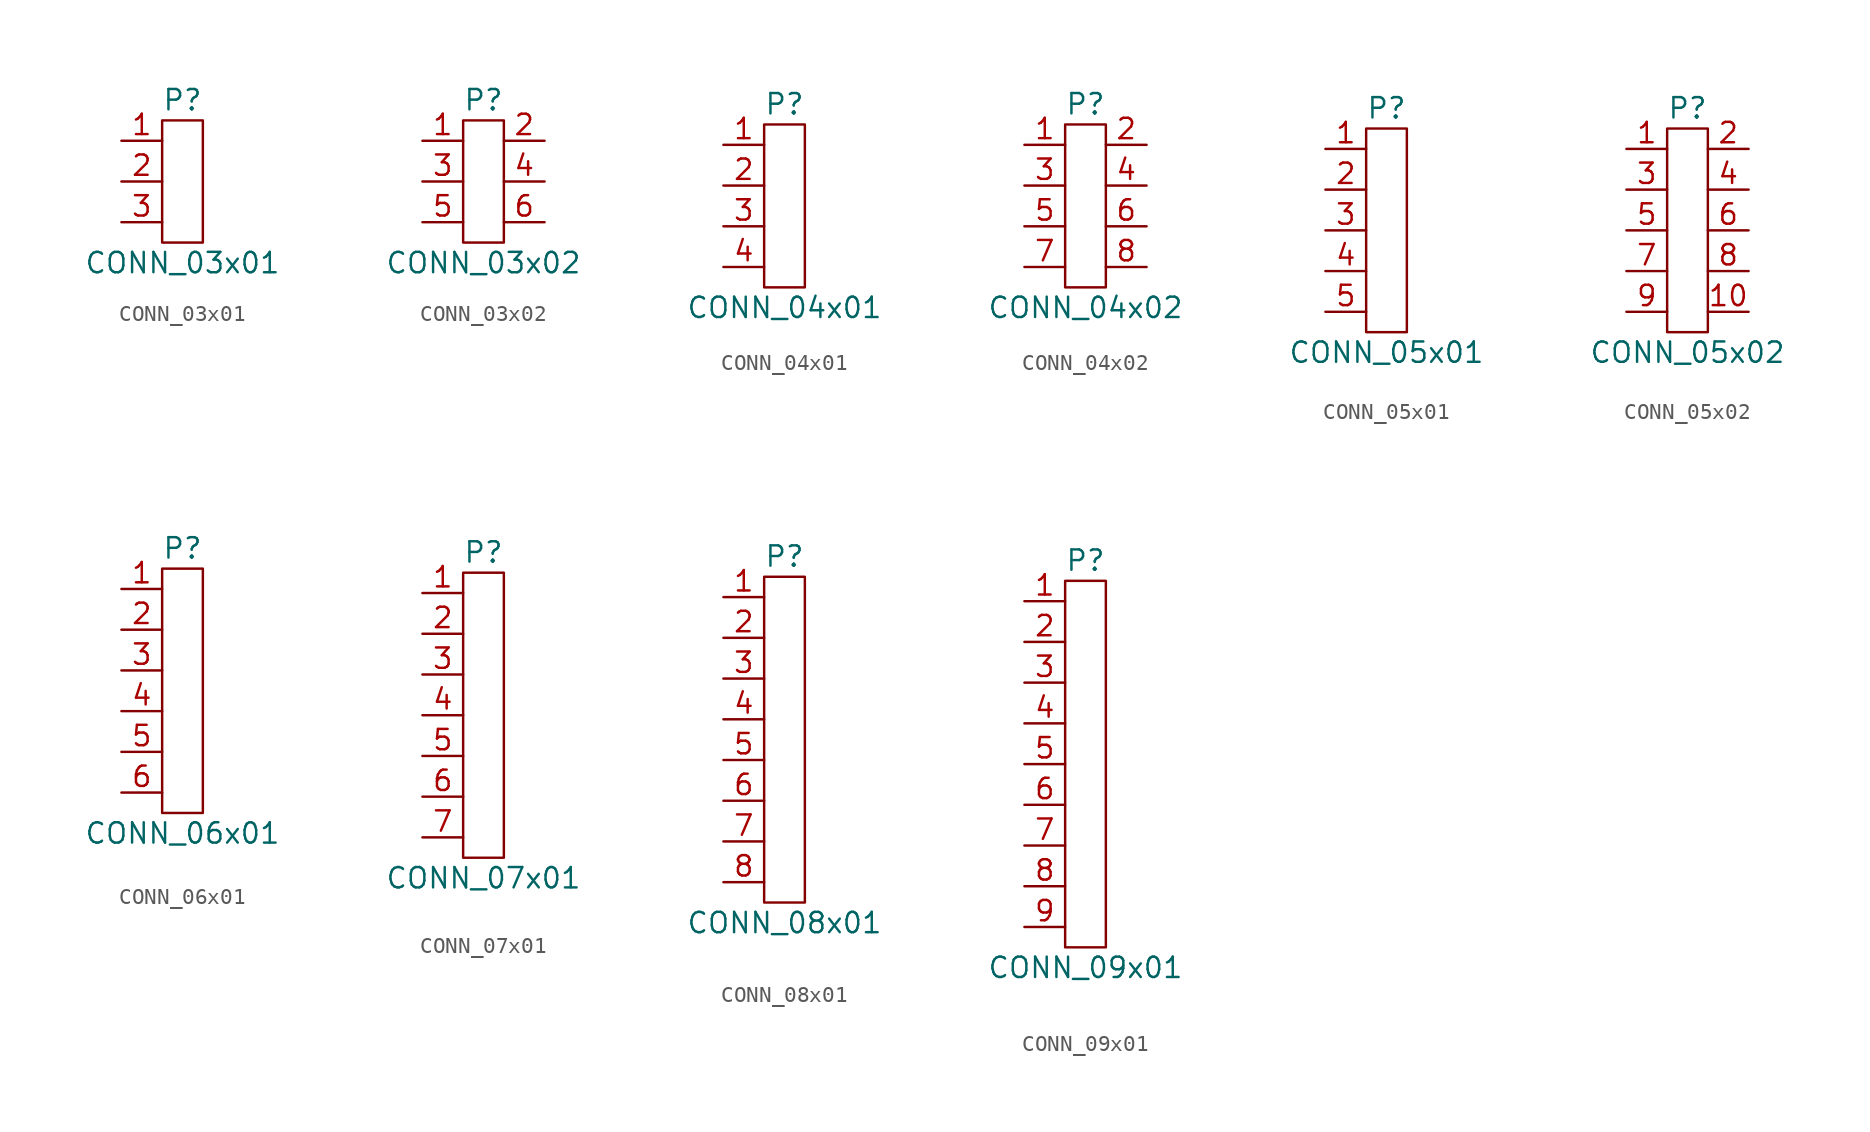
<source format=kicad_sym>
(kicad_symbol_lib
  (version 20220914)
  (generator kicad_symbol_editor)
  (symbol "CONN_03x01"
    (pin_names
      (offset 1.016))
    (property "Reference" "P"
      (at 0 5.08 0)
      (effects (font (size 1.27 1.27))))
    (property "Value" "CONN_03x01"
      (at 0 -5.08 0)
      (effects (font (size 1.27 1.27))))
    (symbol "CONN_03x01_0_1"
      (rectangle (start -1.27 3.81) (end 1.27 -3.81) (stroke (width 0) (type default)) (fill (type none))))
    (symbol "CONN_03x01_1_1"
      (pin unspecified line (at -3.81 2.54 0) (length 2.54) (name "~" (effects (font (size 1.27 1.27)))) (number "1" (effects (font (size 1.27 1.27)))))
      (pin unspecified line (at -3.81 0 0) (length 2.54) (name "~" (effects (font (size 1.27 1.27)))) (number "2" (effects (font (size 1.27 1.27)))))
      (pin unspecified line (at -3.81 -2.54 0) (length 2.54) (name "~" (effects (font (size 1.27 1.27)))) (number "3" (effects (font (size 1.27 1.27)))))))
  (symbol "CONN_03x02"
    (pin_names
      (offset 0.025) hide)
    (property "Reference" "P"
      (at 0 5.08 0)
      (effects (font (size 1.27 1.27))))
    (property "Value" "CONN_03x02"
      (at 0 -5.08 0)
      (effects (font (size 1.27 1.27))))
    (symbol "CONN_03x02_0_1"
      (rectangle (start -1.27 3.81) (end 1.27 -3.81) (stroke (width 0) (type default)) (fill (type none))))
    (symbol "CONN_03x02_1_1"
      (pin passive line (at -3.81 2.54 0) (length 2.54) (name "P1" (effects (font (size 1.27 1.27)))) (number "1" (effects (font (size 1.27 1.27)))))
      (pin passive line (at 3.81 2.54 180) (length 2.54) (name "P2" (effects (font (size 1.27 1.27)))) (number "2" (effects (font (size 1.27 1.27)))))
      (pin passive line (at -3.81 0 0) (length 2.54) (name "P3" (effects (font (size 1.27 1.27)))) (number "3" (effects (font (size 1.27 1.27)))))
      (pin passive line (at 3.81 0 180) (length 2.54) (name "P4" (effects (font (size 1.27 1.27)))) (number "4" (effects (font (size 1.27 1.27)))))
      (pin passive line (at -3.81 -2.54 0) (length 2.54) (name "P5" (effects (font (size 1.27 1.27)))) (number "5" (effects (font (size 1.27 1.27)))))
      (pin passive line (at 3.81 -2.54 180) (length 2.54) (name "P6" (effects (font (size 1.27 1.27)))) (number "6" (effects (font (size 1.27 1.27)))))))
  (symbol "CONN_04x01"
    (pin_names
      (offset 1.016))
    (property "Reference" "P"
      (at 0 6.35 0)
      (effects (font (size 1.27 1.27))))
    (property "Value" "CONN_04x01"
      (at 0 -6.35 0)
      (effects (font (size 1.27 1.27))))
    (symbol "CONN_04x01_0_1"
      (rectangle (start -1.27 5.08) (end 1.27 -5.08) (stroke (width 0) (type default)) (fill (type none))))
    (symbol "CONN_04x01_1_1"
      (pin unspecified line (at -3.81 3.81 0) (length 2.54) (name "~" (effects (font (size 1.27 1.27)))) (number "1" (effects (font (size 1.27 1.27)))))
      (pin unspecified line (at -3.81 1.27 0) (length 2.54) (name "~" (effects (font (size 1.27 1.27)))) (number "2" (effects (font (size 1.27 1.27)))))
      (pin unspecified line (at -3.81 -1.27 0) (length 2.54) (name "~" (effects (font (size 1.27 1.27)))) (number "3" (effects (font (size 1.27 1.27)))))
      (pin unspecified line (at -3.81 -3.81 0) (length 2.54) (name "~" (effects (font (size 1.27 1.27)))) (number "4" (effects (font (size 1.27 1.27)))))))
  (symbol "CONN_04x02"
    (pin_names
      (offset 0.002) hide)
    (property "Reference" "P"
      (at 0 6.35 0)
      (effects (font (size 1.27 1.27))))
    (property "Value" "CONN_04x02"
      (at 0 -6.35 0)
      (effects (font (size 1.27 1.27))))
    (symbol "CONN_04x02_0_1"
      (rectangle (start -1.27 5.08) (end 1.27 -5.08) (stroke (width 0) (type default)) (fill (type none))))
    (symbol "CONN_04x02_1_1"
      (pin passive line (at -3.81 3.81 0) (length 2.54) (name "P1" (effects (font (size 1.27 1.27)))) (number "1" (effects (font (size 1.27 1.27)))))
      (pin passive line (at 3.81 3.81 180) (length 2.54) (name "P2" (effects (font (size 1.27 1.27)))) (number "2" (effects (font (size 1.27 1.27)))))
      (pin passive line (at -3.81 1.27 0) (length 2.54) (name "P3" (effects (font (size 1.27 1.27)))) (number "3" (effects (font (size 1.27 1.27)))))
      (pin passive line (at 3.81 1.27 180) (length 2.54) (name "P4" (effects (font (size 1.27 1.27)))) (number "4" (effects (font (size 1.27 1.27)))))
      (pin passive line (at -3.81 -1.27 0) (length 2.54) (name "P5" (effects (font (size 1.27 1.27)))) (number "5" (effects (font (size 1.27 1.27)))))
      (pin passive line (at 3.81 -1.27 180) (length 2.54) (name "P6" (effects (font (size 1.27 1.27)))) (number "6" (effects (font (size 1.27 1.27)))))
      (pin passive line (at -3.81 -3.81 0) (length 2.54) (name "P7" (effects (font (size 1.27 1.27)))) (number "7" (effects (font (size 1.27 1.27)))))
      (pin passive line (at 3.81 -3.81 180) (length 2.54) (name "P8" (effects (font (size 1.27 1.27)))) (number "8" (effects (font (size 1.27 1.27)))))))
  (symbol "CONN_05x01"
    (pin_names
      (offset 1.016))
    (property "Reference" "P"
      (at 0 7.62 0)
      (effects (font (size 1.27 1.27))))
    (property "Value" "CONN_05x01"
      (at 0 -7.62 0)
      (effects (font (size 1.27 1.27))))
    (symbol "CONN_05x01_0_1"
      (rectangle (start -1.27 6.35) (end 1.27 -6.35) (stroke (width 0) (type default)) (fill (type none))))
    (symbol "CONN_05x01_1_1"
      (pin unspecified line (at -3.81 5.08 0) (length 2.54) (name "~" (effects (font (size 1.27 1.27)))) (number "1" (effects (font (size 1.27 1.27)))))
      (pin unspecified line (at -3.81 2.54 0) (length 2.54) (name "~" (effects (font (size 1.27 1.27)))) (number "2" (effects (font (size 1.27 1.27)))))
      (pin unspecified line (at -3.81 0 0) (length 2.54) (name "~" (effects (font (size 1.27 1.27)))) (number "3" (effects (font (size 1.27 1.27)))))
      (pin unspecified line (at -3.81 -2.54 0) (length 2.54) (name "~" (effects (font (size 1.27 1.27)))) (number "4" (effects (font (size 1.27 1.27)))))
      (pin unspecified line (at -3.81 -5.08 0) (length 2.54) (name "~" (effects (font (size 1.27 1.27)))) (number "5" (effects (font (size 1.27 1.27)))))))
  (symbol "CONN_05x02"
    (pin_names
      (offset 1.016))
    (property "Reference" "P"
      (at 0 7.62 0)
      (effects (font (size 1.27 1.27))))
    (property "Value" "CONN_05x02"
      (at 0 -7.62 0)
      (effects (font (size 1.27 1.27))))
    (symbol "CONN_05x02_0_1"
      (rectangle (start -1.27 6.35) (end 1.27 -6.35) (stroke (width 0) (type default)) (fill (type none))))
    (symbol "CONN_05x02_1_1"
      (pin unspecified line (at -3.81 5.08 0) (length 2.54) (name "~" (effects (font (size 1.27 1.27)))) (number "1" (effects (font (size 1.27 1.27)))))
      (pin unspecified line (at 3.81 -5.08 180) (length 2.54) (name "~" (effects (font (size 1.27 1.27)))) (number "10" (effects (font (size 1.27 1.27)))))
      (pin unspecified line (at 3.81 5.08 180) (length 2.54) (name "~" (effects (font (size 1.27 1.27)))) (number "2" (effects (font (size 1.27 1.27)))))
      (pin unspecified line (at -3.81 2.54 0) (length 2.54) (name "~" (effects (font (size 1.27 1.27)))) (number "3" (effects (font (size 1.27 1.27)))))
      (pin unspecified line (at 3.81 2.54 180) (length 2.54) (name "~" (effects (font (size 1.27 1.27)))) (number "4" (effects (font (size 1.27 1.27)))))
      (pin unspecified line (at -3.81 0 0) (length 2.54) (name "~" (effects (font (size 1.27 1.27)))) (number "5" (effects (font (size 1.27 1.27)))))
      (pin unspecified line (at 3.81 0 180) (length 2.54) (name "~" (effects (font (size 1.27 1.27)))) (number "6" (effects (font (size 1.27 1.27)))))
      (pin unspecified line (at -3.81 -2.54 0) (length 2.54) (name "~" (effects (font (size 1.27 1.27)))) (number "7" (effects (font (size 1.27 1.27)))))
      (pin unspecified line (at 3.81 -2.54 180) (length 2.54) (name "~" (effects (font (size 1.27 1.27)))) (number "8" (effects (font (size 1.27 1.27)))))
      (pin unspecified line (at -3.81 -5.08 0) (length 2.54) (name "~" (effects (font (size 1.27 1.27)))) (number "9" (effects (font (size 1.27 1.27)))))))
  (symbol "CONN_06x01"
    (pin_names
      (offset 1.016))
    (property "Reference" "P"
      (at 0 8.89 0)
      (effects (font (size 1.27 1.27))))
    (property "Value" "CONN_06x01"
      (at 0 -8.89 0)
      (effects (font (size 1.27 1.27))))
    (symbol "CONN_06x01_0_1"
      (rectangle (start -1.27 7.62) (end 1.27 -7.62) (stroke (width 0) (type default)) (fill (type none))))
    (symbol "CONN_06x01_1_1"
      (pin unspecified line (at -3.81 6.35 0) (length 2.54) (name "~" (effects (font (size 1.27 1.27)))) (number "1" (effects (font (size 1.27 1.27)))))
      (pin unspecified line (at -3.81 3.81 0) (length 2.54) (name "~" (effects (font (size 1.27 1.27)))) (number "2" (effects (font (size 1.27 1.27)))))
      (pin unspecified line (at -3.81 1.27 0) (length 2.54) (name "~" (effects (font (size 1.27 1.27)))) (number "3" (effects (font (size 1.27 1.27)))))
      (pin unspecified line (at -3.81 -1.27 0) (length 2.54) (name "~" (effects (font (size 1.27 1.27)))) (number "4" (effects (font (size 1.27 1.27)))))
      (pin unspecified line (at -3.81 -3.81 0) (length 2.54) (name "~" (effects (font (size 1.27 1.27)))) (number "5" (effects (font (size 1.27 1.27)))))
      (pin unspecified line (at -3.81 -6.35 0) (length 2.54) (name "~" (effects (font (size 1.27 1.27)))) (number "6" (effects (font (size 1.27 1.27)))))))
  (symbol "CONN_07x01"
    (pin_names
      (offset 1.016))
    (property "Reference" "P"
      (at 0 10.16 0)
      (effects (font (size 1.27 1.27))))
    (property "Value" "CONN_07x01"
      (at 0 -10.16 0)
      (effects (font (size 1.27 1.27))))
    (symbol "CONN_07x01_0_1"
      (rectangle (start -1.27 8.89) (end 1.27 -8.89) (stroke (width 0) (type default)) (fill (type none))))
    (symbol "CONN_07x01_1_1"
      (pin unspecified line (at -3.81 7.62 0) (length 2.54) (name "~" (effects (font (size 1.27 1.27)))) (number "1" (effects (font (size 1.27 1.27)))))
      (pin unspecified line (at -3.81 5.08 0) (length 2.54) (name "~" (effects (font (size 1.27 1.27)))) (number "2" (effects (font (size 1.27 1.27)))))
      (pin unspecified line (at -3.81 2.54 0) (length 2.54) (name "~" (effects (font (size 1.27 1.27)))) (number "3" (effects (font (size 1.27 1.27)))))
      (pin unspecified line (at -3.81 0 0) (length 2.54) (name "~" (effects (font (size 1.27 1.27)))) (number "4" (effects (font (size 1.27 1.27)))))
      (pin unspecified line (at -3.81 -2.54 0) (length 2.54) (name "~" (effects (font (size 1.27 1.27)))) (number "5" (effects (font (size 1.27 1.27)))))
      (pin unspecified line (at -3.81 -5.08 0) (length 2.54) (name "~" (effects (font (size 1.27 1.27)))) (number "6" (effects (font (size 1.27 1.27)))))
      (pin unspecified line (at -3.81 -7.62 0) (length 2.54) (name "~" (effects (font (size 1.27 1.27)))) (number "7" (effects (font (size 1.27 1.27)))))))
  (symbol "CONN_08x01"
    (pin_names
      (offset 1.016))
    (property "Reference" "P"
      (at 0 11.43 0)
      (effects (font (size 1.27 1.27))))
    (property "Value" "CONN_08x01"
      (at 0 -11.43 0)
      (effects (font (size 1.27 1.27))))
    (symbol "CONN_08x01_0_1"
      (rectangle (start -1.27 10.16) (end 1.27 -10.16) (stroke (width 0) (type default)) (fill (type none))))
    (symbol "CONN_08x01_1_1"
      (pin unspecified line (at -3.81 8.89 0) (length 2.54) (name "~" (effects (font (size 1.27 1.27)))) (number "1" (effects (font (size 1.27 1.27)))))
      (pin unspecified line (at -3.81 6.35 0) (length 2.54) (name "~" (effects (font (size 1.27 1.27)))) (number "2" (effects (font (size 1.27 1.27)))))
      (pin unspecified line (at -3.81 3.81 0) (length 2.54) (name "~" (effects (font (size 1.27 1.27)))) (number "3" (effects (font (size 1.27 1.27)))))
      (pin unspecified line (at -3.81 1.27 0) (length 2.54) (name "~" (effects (font (size 1.27 1.27)))) (number "4" (effects (font (size 1.27 1.27)))))
      (pin unspecified line (at -3.81 -1.27 0) (length 2.54) (name "~" (effects (font (size 1.27 1.27)))) (number "5" (effects (font (size 1.27 1.27)))))
      (pin unspecified line (at -3.81 -3.81 0) (length 2.54) (name "~" (effects (font (size 1.27 1.27)))) (number "6" (effects (font (size 1.27 1.27)))))
      (pin unspecified line (at -3.81 -6.35 0) (length 2.54) (name "~" (effects (font (size 1.27 1.27)))) (number "7" (effects (font (size 1.27 1.27)))))
      (pin unspecified line (at -3.81 -8.89 0) (length 2.54) (name "~" (effects (font (size 1.27 1.27)))) (number "8" (effects (font (size 1.27 1.27)))))))
  (symbol "CONN_09x01"
    (pin_names
      (offset 1.016))
    (property "Reference" "P"
      (at 0 12.7 0)
      (effects (font (size 1.27 1.27))))
    (property "Value" "CONN_09x01"
      (at 0 -12.7 0)
      (effects (font (size 1.27 1.27))))
    (symbol "CONN_09x01_0_1"
      (rectangle (start -1.27 11.43) (end 1.27 -11.43) (stroke (width 0) (type default)) (fill (type none))))
    (symbol "CONN_09x01_1_1"
      (pin unspecified line (at -3.81 10.16 0) (length 2.54) (name "~" (effects (font (size 1.27 1.27)))) (number "1" (effects (font (size 1.27 1.27)))))
      (pin unspecified line (at -3.81 7.62 0) (length 2.54) (name "~" (effects (font (size 1.27 1.27)))) (number "2" (effects (font (size 1.27 1.27)))))
      (pin unspecified line (at -3.81 5.08 0) (length 2.54) (name "~" (effects (font (size 1.27 1.27)))) (number "3" (effects (font (size 1.27 1.27)))))
      (pin unspecified line (at -3.81 2.54 0) (length 2.54) (name "~" (effects (font (size 1.27 1.27)))) (number "4" (effects (font (size 1.27 1.27)))))
      (pin unspecified line (at -3.81 0 0) (length 2.54) (name "~" (effects (font (size 1.27 1.27)))) (number "5" (effects (font (size 1.27 1.27)))))
      (pin unspecified line (at -3.81 -2.54 0) (length 2.54) (name "~" (effects (font (size 1.27 1.27)))) (number "6" (effects (font (size 1.27 1.27)))))
      (pin unspecified line (at -3.81 -5.08 0) (length 2.54) (name "~" (effects (font (size 1.27 1.27)))) (number "7" (effects (font (size 1.27 1.27)))))
      (pin unspecified line (at -3.81 -7.62 0) (length 2.54) (name "~" (effects (font (size 1.27 1.27)))) (number "8" (effects (font (size 1.27 1.27)))))
      (pin unspecified line (at -3.81 -10.16 0) (length 2.54) (name "~" (effects (font (size 1.27 1.27)))) (number "9" (effects (font (size 1.27 1.27))))))))
</source>
